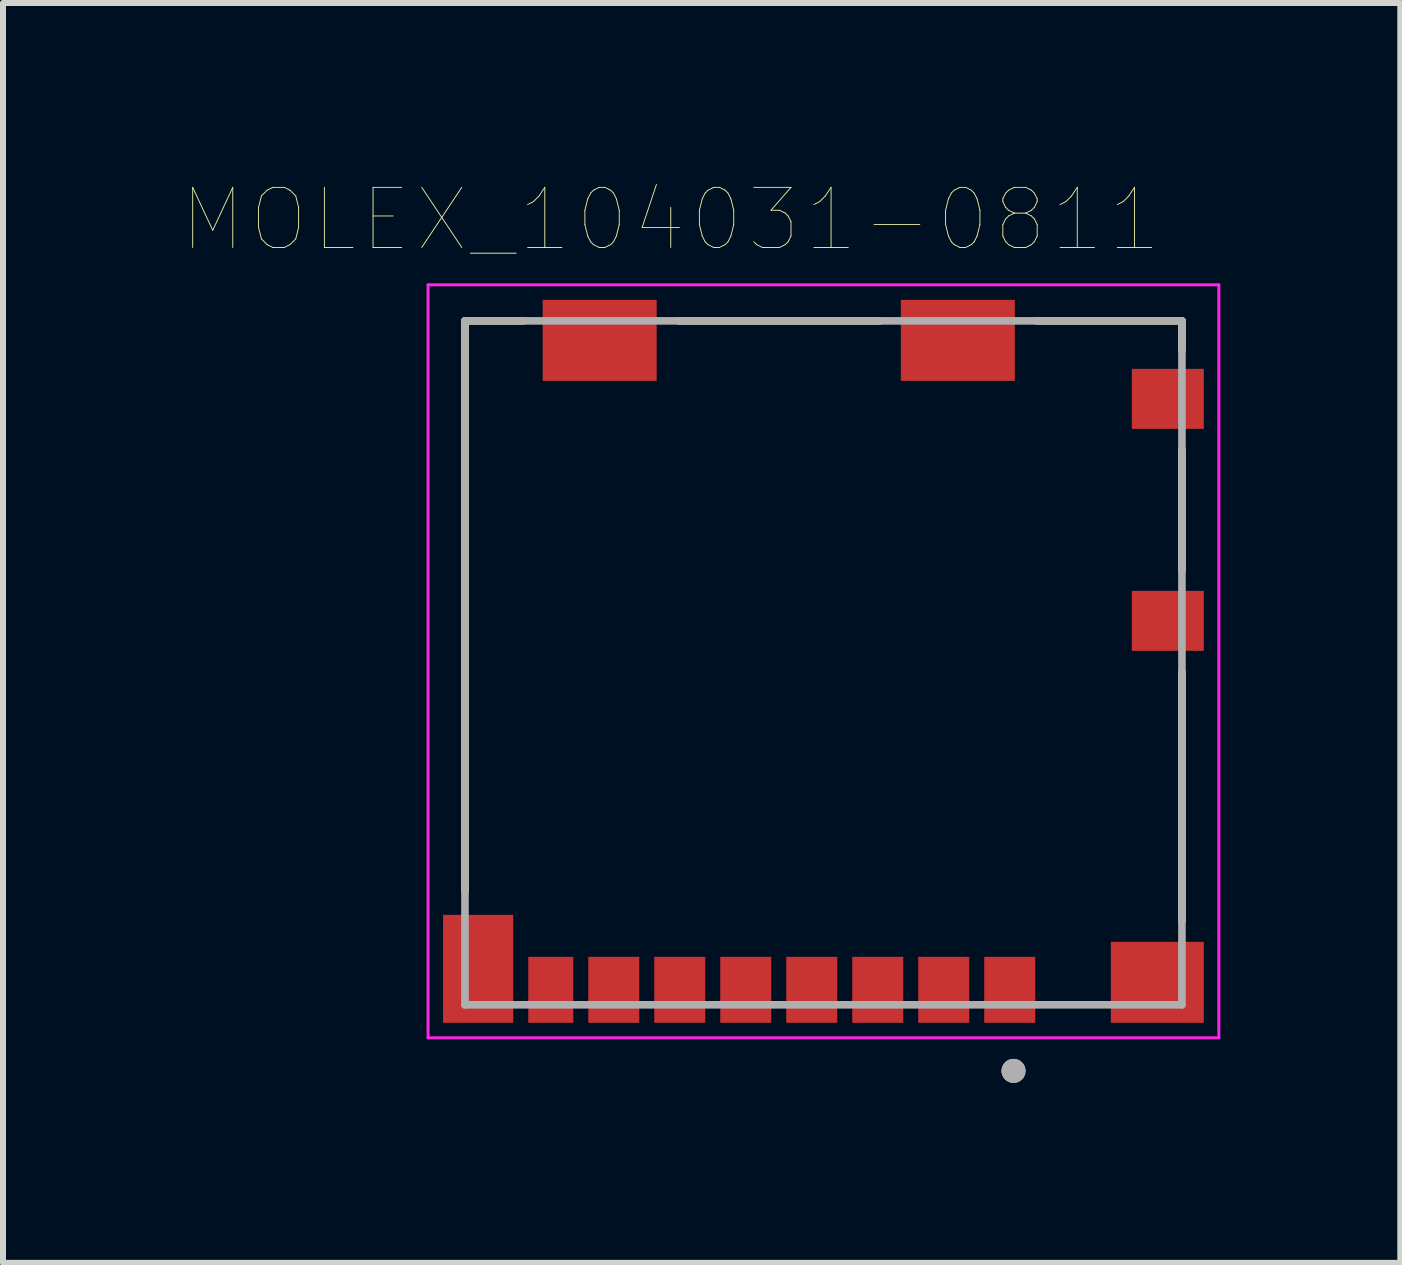
<source format=kicad_pcb>
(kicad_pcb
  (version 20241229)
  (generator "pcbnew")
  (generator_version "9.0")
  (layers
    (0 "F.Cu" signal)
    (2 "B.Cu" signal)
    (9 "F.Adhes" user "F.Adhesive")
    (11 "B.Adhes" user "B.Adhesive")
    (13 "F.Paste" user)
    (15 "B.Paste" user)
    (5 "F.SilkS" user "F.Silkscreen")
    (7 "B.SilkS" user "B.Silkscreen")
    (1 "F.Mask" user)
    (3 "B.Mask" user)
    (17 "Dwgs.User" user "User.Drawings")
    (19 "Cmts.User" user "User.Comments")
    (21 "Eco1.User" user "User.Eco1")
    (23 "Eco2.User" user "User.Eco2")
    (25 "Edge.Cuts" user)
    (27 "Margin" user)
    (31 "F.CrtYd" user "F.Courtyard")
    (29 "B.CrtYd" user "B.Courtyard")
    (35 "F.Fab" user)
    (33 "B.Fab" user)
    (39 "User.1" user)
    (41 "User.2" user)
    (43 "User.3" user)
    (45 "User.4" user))
  (footprint "MOLEX_104031-0811"
    (layer "F.Cu")
    (at 10.675 7.998)
    (property "Reference" "MOLEX_104031-0811" (at -2.545 -7.386 0) (layer "F.SilkS") (effects (font (size 1.002 1.002) (thickness 0.015))))
    (attr through_hole)
    (fp_line (start -5.975 -5.7) (end -5.975 3.806) (stroke (width 0.127) (type solid)) (layer "F.SilkS"))
    (fp_line (start -5.003 -5.7) (end -5.975 -5.7) (stroke (width 0.127) (type solid)) (layer "F.SilkS"))
    (fp_line (start 0.939 -5.7) (end -2.413 -5.7) (stroke (width 0.127) (type solid)) (layer "F.SilkS"))
    (fp_line (start 3.556 -5.7) (end 5.975 -5.7) (stroke (width 0.127) (type solid)) (layer "F.SilkS"))
    (fp_line (start 5.975 -5.7) (end 5.975 -5.211) (stroke (width 0.127) (type solid)) (layer "F.SilkS"))
    (fp_line (start 5.975 -3.55) (end 5.975 -1.55) (stroke (width 0.127) (type solid)) (layer "F.SilkS"))
    (fp_line (start 5.975 0.15) (end 5.975 4.3) (stroke (width 0.127) (type solid)) (layer "F.SilkS"))
    (fp_circle (center 3.168 6.801) (end 3.268 6.801) (stroke (width 0.2) (type solid)) (fill no) (layer "F.SilkS"))
    (fp_line (start -6.59 -6.3) (end -6.59 6.25) (stroke (width 0.05) (type solid)) (layer "F.CrtYd"))
    (fp_line (start -6.59 6.25) (end 6.59 6.25) (stroke (width 0.05) (type solid)) (layer "F.CrtYd"))
    (fp_line (start 6.59 -6.3) (end -6.59 -6.3) (stroke (width 0.05) (type solid)) (layer "F.CrtYd"))
    (fp_line (start 6.59 6.25) (end 6.59 -6.3) (stroke (width 0.05) (type solid)) (layer "F.CrtYd"))
    (fp_line (start -5.975 -5.7) (end 5.975 -5.7) (stroke (width 0.127) (type solid)) (layer "F.Fab"))
    (fp_line (start -5.975 5.7) (end -5.975 -5.7) (stroke (width 0.127) (type solid)) (layer "F.Fab"))
    (fp_line (start 5.975 -5.7) (end 5.975 5.7) (stroke (width 0.127) (type solid)) (layer "F.Fab"))
    (fp_line (start 5.975 5.7) (end -5.975 5.7) (stroke (width 0.127) (type solid)) (layer "F.Fab"))
    (fp_circle (center 3.168 6.801) (end 3.268 6.801) (stroke (width 0.2) (type solid)) (fill no) (layer "F.Fab"))
    (pad "1" smd rect (at 3.105 5.45) (size 0.85 1.1) (layers "F.Cu" "F.Mask" "F.Paste"))
    (pad "2" smd rect (at 2.005 5.45) (size 0.85 1.1) (layers "F.Cu" "F.Mask" "F.Paste"))
    (pad "3" smd rect (at 0.905 5.45) (size 0.85 1.1) (layers "F.Cu" "F.Mask" "F.Paste"))
    (pad "4" smd rect (at -0.195 5.45) (size 0.85 1.1) (layers "F.Cu" "F.Mask" "F.Paste"))
    (pad "5" smd rect (at -1.295 5.45) (size 0.85 1.1) (layers "F.Cu" "F.Mask" "F.Paste"))
    (pad "6" smd rect (at -2.395 5.45) (size 0.85 1.1) (layers "F.Cu" "F.Mask" "F.Paste"))
    (pad "7" smd rect (at -3.495 5.45) (size 0.85 1.1) (layers "F.Cu" "F.Mask" "F.Paste"))
    (pad "8" smd rect (at -4.545 5.45) (size 0.75 1.1) (layers "F.Cu" "F.Mask" "F.Paste"))
    (pad "9" smd rect (at 5.74 -0.7) (size 1.2 1) (layers "F.Cu" "F.Mask" "F.Paste"))
    (pad "10" smd rect (at 5.74 -4.4) (size 1.2 1) (layers "F.Cu" "F.Mask" "F.Paste"))
    (pad "G1" smd rect (at 5.565 5.325) (size 1.55 1.35) (layers "F.Cu" "F.Mask" "F.Paste"))
    (pad "G2" smd rect (at -5.755 5.1) (size 1.17 1.8) (layers "F.Cu" "F.Mask" "F.Paste"))
    (pad "G3" smd rect (at -3.73 -5.375) (size 1.9 1.35) (layers "F.Cu" "F.Mask" "F.Paste"))
    (pad "G4" smd rect (at 2.24 -5.375) (size 1.9 1.35) (layers "F.Cu" "F.Mask" "F.Paste")))
  (gr_rect
    (start -3 -3)
    (end 20.29 17.999)
    (stroke (width 0.1) (type default))
    (fill no)
    (layer "Edge.Cuts")))
</source>
